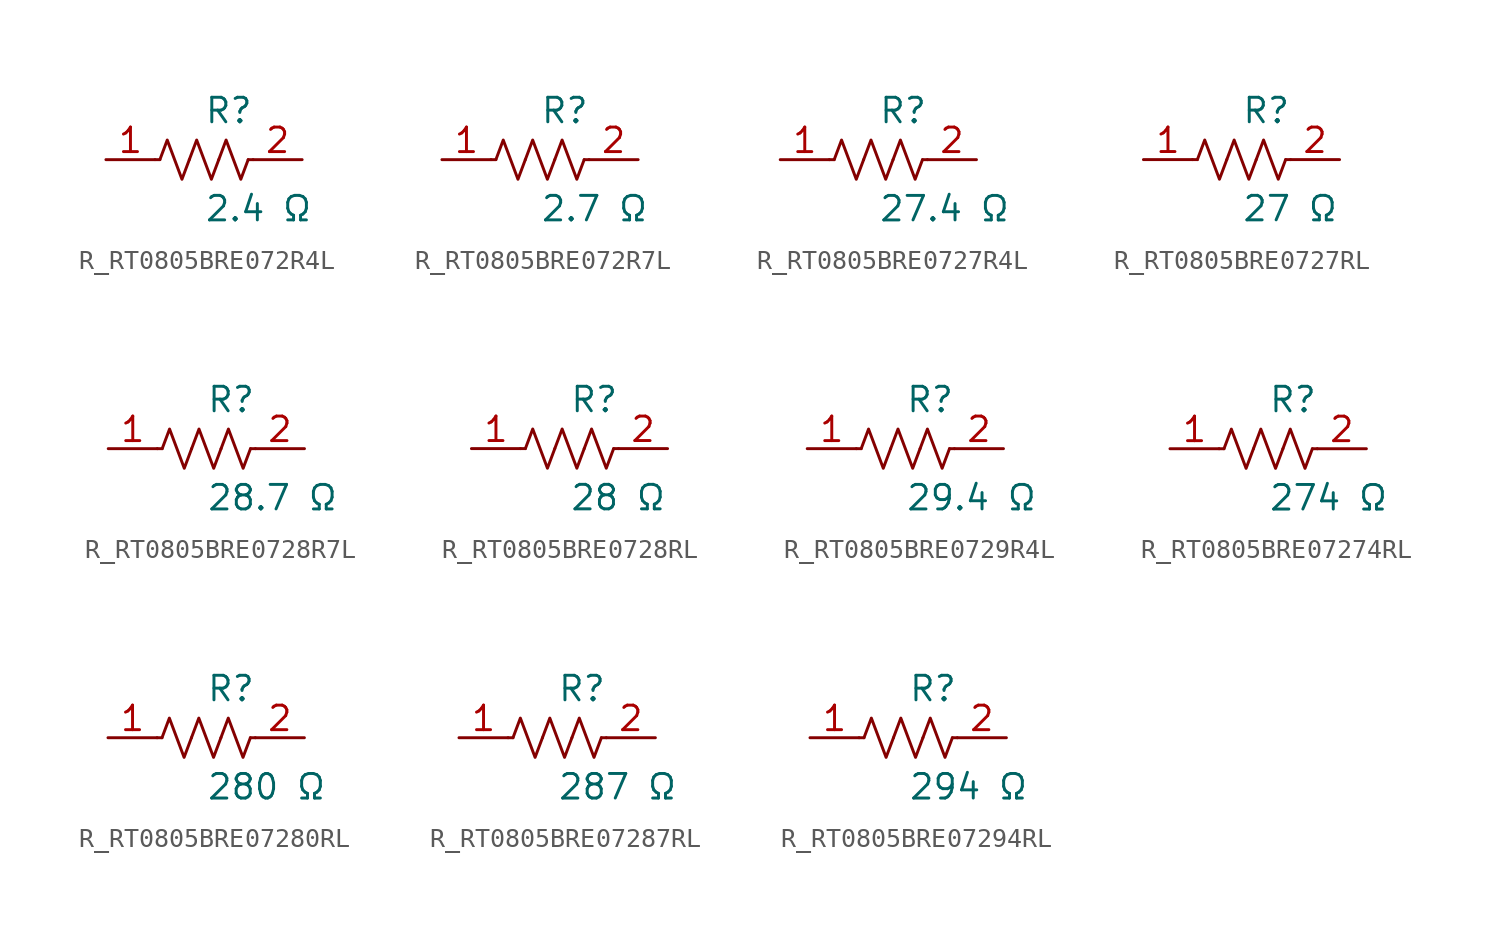
<source format=kicad_sym>
(kicad_symbol_lib
  (version 20231120)
  (generator kicad_symbol_editor)
  (generator_version 8.0)
  (symbol "R_RT0805BRE072R4L"
    (pin_names
      (offset 0.254))
    (property "Reference" "R"
      (at 0.0 2.54 0)
      (effects (font (size 1.27 1.27)) (justify left)))
    (property "Value" "2.4 Ω"
      (at 0.0 -2.54 0)
      (effects (font (size 1.27 1.27)) (justify left)))
    (symbol "R_RT0805BRE072R4L_0_1"
      (polyline (pts (xy 2.286 0) (xy 2.54 0)) (stroke (width 0) (type default)) (fill (type none)))
      (polyline (pts (xy -2.286 0) (xy -2.54 0)) (stroke (width 0) (type default)) (fill (type none)))
      (polyline (pts (xy 0.762 0) (xy 1.143 1.016) (xy 1.524 0) (xy 1.905 -1.016) (xy 2.286 0)) (stroke (width 0) (type default)) (fill (type none)))
      (polyline (pts (xy -0.762 0) (xy -0.381 1.016) (xy 0 0) (xy 0.381 -1.016) (xy 0.762 0)) (stroke (width 0) (type default)) (fill (type none)))
      (polyline (pts (xy -2.286 0) (xy -1.905 1.016) (xy -1.524 0) (xy -1.143 -1.016) (xy -0.762 0)) (stroke (width 0) (type default)) (fill (type none))))
    (pin unspecified line
      (at -5.08 0 0)
      (length 2.54)
      (name "" (effects (font (size 1.27 1.27))))
      (number "1" (effects (font (size 1.27 1.27)))))
    (pin unspecified line
      (at 5.08 0 180)
      (length 2.54)
      (name "" (effects (font (size 1.27 1.27))))
      (number "2" (effects (font (size 1.27 1.27))))))
  (symbol "R_RT0805BRE072R7L"
    (pin_names
      (offset 0.254))
    (property "Reference" "R"
      (at 0.0 2.54 0)
      (effects (font (size 1.27 1.27)) (justify left)))
    (property "Value" "2.7 Ω"
      (at 0.0 -2.54 0)
      (effects (font (size 1.27 1.27)) (justify left)))
    (symbol "R_RT0805BRE072R7L_0_1"
      (polyline (pts (xy 2.286 0) (xy 2.54 0)) (stroke (width 0) (type default)) (fill (type none)))
      (polyline (pts (xy -2.286 0) (xy -2.54 0)) (stroke (width 0) (type default)) (fill (type none)))
      (polyline (pts (xy 0.762 0) (xy 1.143 1.016) (xy 1.524 0) (xy 1.905 -1.016) (xy 2.286 0)) (stroke (width 0) (type default)) (fill (type none)))
      (polyline (pts (xy -0.762 0) (xy -0.381 1.016) (xy 0 0) (xy 0.381 -1.016) (xy 0.762 0)) (stroke (width 0) (type default)) (fill (type none)))
      (polyline (pts (xy -2.286 0) (xy -1.905 1.016) (xy -1.524 0) (xy -1.143 -1.016) (xy -0.762 0)) (stroke (width 0) (type default)) (fill (type none))))
    (pin unspecified line
      (at -5.08 0 0)
      (length 2.54)
      (name "" (effects (font (size 1.27 1.27))))
      (number "1" (effects (font (size 1.27 1.27)))))
    (pin unspecified line
      (at 5.08 0 180)
      (length 2.54)
      (name "" (effects (font (size 1.27 1.27))))
      (number "2" (effects (font (size 1.27 1.27))))))
  (symbol "R_RT0805BRE0727R4L"
    (pin_names
      (offset 0.254))
    (property "Reference" "R"
      (at 0.0 2.54 0)
      (effects (font (size 1.27 1.27)) (justify left)))
    (property "Value" "27.4 Ω"
      (at 0.0 -2.54 0)
      (effects (font (size 1.27 1.27)) (justify left)))
    (symbol "R_RT0805BRE0727R4L_0_1"
      (polyline (pts (xy 2.286 0) (xy 2.54 0)) (stroke (width 0) (type default)) (fill (type none)))
      (polyline (pts (xy -2.286 0) (xy -2.54 0)) (stroke (width 0) (type default)) (fill (type none)))
      (polyline (pts (xy 0.762 0) (xy 1.143 1.016) (xy 1.524 0) (xy 1.905 -1.016) (xy 2.286 0)) (stroke (width 0) (type default)) (fill (type none)))
      (polyline (pts (xy -0.762 0) (xy -0.381 1.016) (xy 0 0) (xy 0.381 -1.016) (xy 0.762 0)) (stroke (width 0) (type default)) (fill (type none)))
      (polyline (pts (xy -2.286 0) (xy -1.905 1.016) (xy -1.524 0) (xy -1.143 -1.016) (xy -0.762 0)) (stroke (width 0) (type default)) (fill (type none))))
    (pin unspecified line
      (at -5.08 0 0)
      (length 2.54)
      (name "" (effects (font (size 1.27 1.27))))
      (number "1" (effects (font (size 1.27 1.27)))))
    (pin unspecified line
      (at 5.08 0 180)
      (length 2.54)
      (name "" (effects (font (size 1.27 1.27))))
      (number "2" (effects (font (size 1.27 1.27))))))
  (symbol "R_RT0805BRE0727RL"
    (pin_names
      (offset 0.254))
    (property "Reference" "R"
      (at 0.0 2.54 0)
      (effects (font (size 1.27 1.27)) (justify left)))
    (property "Value" "27 Ω"
      (at 0.0 -2.54 0)
      (effects (font (size 1.27 1.27)) (justify left)))
    (symbol "R_RT0805BRE0727RL_0_1"
      (polyline (pts (xy 2.286 0) (xy 2.54 0)) (stroke (width 0) (type default)) (fill (type none)))
      (polyline (pts (xy -2.286 0) (xy -2.54 0)) (stroke (width 0) (type default)) (fill (type none)))
      (polyline (pts (xy 0.762 0) (xy 1.143 1.016) (xy 1.524 0) (xy 1.905 -1.016) (xy 2.286 0)) (stroke (width 0) (type default)) (fill (type none)))
      (polyline (pts (xy -0.762 0) (xy -0.381 1.016) (xy 0 0) (xy 0.381 -1.016) (xy 0.762 0)) (stroke (width 0) (type default)) (fill (type none)))
      (polyline (pts (xy -2.286 0) (xy -1.905 1.016) (xy -1.524 0) (xy -1.143 -1.016) (xy -0.762 0)) (stroke (width 0) (type default)) (fill (type none))))
    (pin unspecified line
      (at -5.08 0 0)
      (length 2.54)
      (name "" (effects (font (size 1.27 1.27))))
      (number "1" (effects (font (size 1.27 1.27)))))
    (pin unspecified line
      (at 5.08 0 180)
      (length 2.54)
      (name "" (effects (font (size 1.27 1.27))))
      (number "2" (effects (font (size 1.27 1.27))))))
  (symbol "R_RT0805BRE0728R7L"
    (pin_names
      (offset 0.254))
    (property "Reference" "R"
      (at 0.0 2.54 0)
      (effects (font (size 1.27 1.27)) (justify left)))
    (property "Value" "28.7 Ω"
      (at 0.0 -2.54 0)
      (effects (font (size 1.27 1.27)) (justify left)))
    (symbol "R_RT0805BRE0728R7L_0_1"
      (polyline (pts (xy 2.286 0) (xy 2.54 0)) (stroke (width 0) (type default)) (fill (type none)))
      (polyline (pts (xy -2.286 0) (xy -2.54 0)) (stroke (width 0) (type default)) (fill (type none)))
      (polyline (pts (xy 0.762 0) (xy 1.143 1.016) (xy 1.524 0) (xy 1.905 -1.016) (xy 2.286 0)) (stroke (width 0) (type default)) (fill (type none)))
      (polyline (pts (xy -0.762 0) (xy -0.381 1.016) (xy 0 0) (xy 0.381 -1.016) (xy 0.762 0)) (stroke (width 0) (type default)) (fill (type none)))
      (polyline (pts (xy -2.286 0) (xy -1.905 1.016) (xy -1.524 0) (xy -1.143 -1.016) (xy -0.762 0)) (stroke (width 0) (type default)) (fill (type none))))
    (pin unspecified line
      (at -5.08 0 0)
      (length 2.54)
      (name "" (effects (font (size 1.27 1.27))))
      (number "1" (effects (font (size 1.27 1.27)))))
    (pin unspecified line
      (at 5.08 0 180)
      (length 2.54)
      (name "" (effects (font (size 1.27 1.27))))
      (number "2" (effects (font (size 1.27 1.27))))))
  (symbol "R_RT0805BRE0728RL"
    (pin_names
      (offset 0.254))
    (property "Reference" "R"
      (at 0.0 2.54 0)
      (effects (font (size 1.27 1.27)) (justify left)))
    (property "Value" "28 Ω"
      (at 0.0 -2.54 0)
      (effects (font (size 1.27 1.27)) (justify left)))
    (symbol "R_RT0805BRE0728RL_0_1"
      (polyline (pts (xy 2.286 0) (xy 2.54 0)) (stroke (width 0) (type default)) (fill (type none)))
      (polyline (pts (xy -2.286 0) (xy -2.54 0)) (stroke (width 0) (type default)) (fill (type none)))
      (polyline (pts (xy 0.762 0) (xy 1.143 1.016) (xy 1.524 0) (xy 1.905 -1.016) (xy 2.286 0)) (stroke (width 0) (type default)) (fill (type none)))
      (polyline (pts (xy -0.762 0) (xy -0.381 1.016) (xy 0 0) (xy 0.381 -1.016) (xy 0.762 0)) (stroke (width 0) (type default)) (fill (type none)))
      (polyline (pts (xy -2.286 0) (xy -1.905 1.016) (xy -1.524 0) (xy -1.143 -1.016) (xy -0.762 0)) (stroke (width 0) (type default)) (fill (type none))))
    (pin unspecified line
      (at -5.08 0 0)
      (length 2.54)
      (name "" (effects (font (size 1.27 1.27))))
      (number "1" (effects (font (size 1.27 1.27)))))
    (pin unspecified line
      (at 5.08 0 180)
      (length 2.54)
      (name "" (effects (font (size 1.27 1.27))))
      (number "2" (effects (font (size 1.27 1.27))))))
  (symbol "R_RT0805BRE0729R4L"
    (pin_names
      (offset 0.254))
    (property "Reference" "R"
      (at 0.0 2.54 0)
      (effects (font (size 1.27 1.27)) (justify left)))
    (property "Value" "29.4 Ω"
      (at 0.0 -2.54 0)
      (effects (font (size 1.27 1.27)) (justify left)))
    (symbol "R_RT0805BRE0729R4L_0_1"
      (polyline (pts (xy 2.286 0) (xy 2.54 0)) (stroke (width 0) (type default)) (fill (type none)))
      (polyline (pts (xy -2.286 0) (xy -2.54 0)) (stroke (width 0) (type default)) (fill (type none)))
      (polyline (pts (xy 0.762 0) (xy 1.143 1.016) (xy 1.524 0) (xy 1.905 -1.016) (xy 2.286 0)) (stroke (width 0) (type default)) (fill (type none)))
      (polyline (pts (xy -0.762 0) (xy -0.381 1.016) (xy 0 0) (xy 0.381 -1.016) (xy 0.762 0)) (stroke (width 0) (type default)) (fill (type none)))
      (polyline (pts (xy -2.286 0) (xy -1.905 1.016) (xy -1.524 0) (xy -1.143 -1.016) (xy -0.762 0)) (stroke (width 0) (type default)) (fill (type none))))
    (pin unspecified line
      (at -5.08 0 0)
      (length 2.54)
      (name "" (effects (font (size 1.27 1.27))))
      (number "1" (effects (font (size 1.27 1.27)))))
    (pin unspecified line
      (at 5.08 0 180)
      (length 2.54)
      (name "" (effects (font (size 1.27 1.27))))
      (number "2" (effects (font (size 1.27 1.27))))))
  (symbol "R_RT0805BRE07274RL"
    (pin_names
      (offset 0.254))
    (property "Reference" "R"
      (at 0.0 2.54 0)
      (effects (font (size 1.27 1.27)) (justify left)))
    (property "Value" "274 Ω"
      (at 0.0 -2.54 0)
      (effects (font (size 1.27 1.27)) (justify left)))
    (symbol "R_RT0805BRE07274RL_0_1"
      (polyline (pts (xy 2.286 0) (xy 2.54 0)) (stroke (width 0) (type default)) (fill (type none)))
      (polyline (pts (xy -2.286 0) (xy -2.54 0)) (stroke (width 0) (type default)) (fill (type none)))
      (polyline (pts (xy 0.762 0) (xy 1.143 1.016) (xy 1.524 0) (xy 1.905 -1.016) (xy 2.286 0)) (stroke (width 0) (type default)) (fill (type none)))
      (polyline (pts (xy -0.762 0) (xy -0.381 1.016) (xy 0 0) (xy 0.381 -1.016) (xy 0.762 0)) (stroke (width 0) (type default)) (fill (type none)))
      (polyline (pts (xy -2.286 0) (xy -1.905 1.016) (xy -1.524 0) (xy -1.143 -1.016) (xy -0.762 0)) (stroke (width 0) (type default)) (fill (type none))))
    (pin unspecified line
      (at -5.08 0 0)
      (length 2.54)
      (name "" (effects (font (size 1.27 1.27))))
      (number "1" (effects (font (size 1.27 1.27)))))
    (pin unspecified line
      (at 5.08 0 180)
      (length 2.54)
      (name "" (effects (font (size 1.27 1.27))))
      (number "2" (effects (font (size 1.27 1.27))))))
  (symbol "R_RT0805BRE07280RL"
    (pin_names
      (offset 0.254))
    (property "Reference" "R"
      (at 0.0 2.54 0)
      (effects (font (size 1.27 1.27)) (justify left)))
    (property "Value" "280 Ω"
      (at 0.0 -2.54 0)
      (effects (font (size 1.27 1.27)) (justify left)))
    (symbol "R_RT0805BRE07280RL_0_1"
      (polyline (pts (xy 2.286 0) (xy 2.54 0)) (stroke (width 0) (type default)) (fill (type none)))
      (polyline (pts (xy -2.286 0) (xy -2.54 0)) (stroke (width 0) (type default)) (fill (type none)))
      (polyline (pts (xy 0.762 0) (xy 1.143 1.016) (xy 1.524 0) (xy 1.905 -1.016) (xy 2.286 0)) (stroke (width 0) (type default)) (fill (type none)))
      (polyline (pts (xy -0.762 0) (xy -0.381 1.016) (xy 0 0) (xy 0.381 -1.016) (xy 0.762 0)) (stroke (width 0) (type default)) (fill (type none)))
      (polyline (pts (xy -2.286 0) (xy -1.905 1.016) (xy -1.524 0) (xy -1.143 -1.016) (xy -0.762 0)) (stroke (width 0) (type default)) (fill (type none))))
    (pin unspecified line
      (at -5.08 0 0)
      (length 2.54)
      (name "" (effects (font (size 1.27 1.27))))
      (number "1" (effects (font (size 1.27 1.27)))))
    (pin unspecified line
      (at 5.08 0 180)
      (length 2.54)
      (name "" (effects (font (size 1.27 1.27))))
      (number "2" (effects (font (size 1.27 1.27))))))
  (symbol "R_RT0805BRE07287RL"
    (pin_names
      (offset 0.254))
    (property "Reference" "R"
      (at 0.0 2.54 0)
      (effects (font (size 1.27 1.27)) (justify left)))
    (property "Value" "287 Ω"
      (at 0.0 -2.54 0)
      (effects (font (size 1.27 1.27)) (justify left)))
    (symbol "R_RT0805BRE07287RL_0_1"
      (polyline (pts (xy 2.286 0) (xy 2.54 0)) (stroke (width 0) (type default)) (fill (type none)))
      (polyline (pts (xy -2.286 0) (xy -2.54 0)) (stroke (width 0) (type default)) (fill (type none)))
      (polyline (pts (xy 0.762 0) (xy 1.143 1.016) (xy 1.524 0) (xy 1.905 -1.016) (xy 2.286 0)) (stroke (width 0) (type default)) (fill (type none)))
      (polyline (pts (xy -0.762 0) (xy -0.381 1.016) (xy 0 0) (xy 0.381 -1.016) (xy 0.762 0)) (stroke (width 0) (type default)) (fill (type none)))
      (polyline (pts (xy -2.286 0) (xy -1.905 1.016) (xy -1.524 0) (xy -1.143 -1.016) (xy -0.762 0)) (stroke (width 0) (type default)) (fill (type none))))
    (pin unspecified line
      (at -5.08 0 0)
      (length 2.54)
      (name "" (effects (font (size 1.27 1.27))))
      (number "1" (effects (font (size 1.27 1.27)))))
    (pin unspecified line
      (at 5.08 0 180)
      (length 2.54)
      (name "" (effects (font (size 1.27 1.27))))
      (number "2" (effects (font (size 1.27 1.27))))))
  (symbol "R_RT0805BRE07294RL"
    (pin_names
      (offset 0.254))
    (property "Reference" "R"
      (at 0.0 2.54 0)
      (effects (font (size 1.27 1.27)) (justify left)))
    (property "Value" "294 Ω"
      (at 0.0 -2.54 0)
      (effects (font (size 1.27 1.27)) (justify left)))
    (symbol "R_RT0805BRE07294RL_0_1"
      (polyline (pts (xy 2.286 0) (xy 2.54 0)) (stroke (width 0) (type default)) (fill (type none)))
      (polyline (pts (xy -2.286 0) (xy -2.54 0)) (stroke (width 0) (type default)) (fill (type none)))
      (polyline (pts (xy 0.762 0) (xy 1.143 1.016) (xy 1.524 0) (xy 1.905 -1.016) (xy 2.286 0)) (stroke (width 0) (type default)) (fill (type none)))
      (polyline (pts (xy -0.762 0) (xy -0.381 1.016) (xy 0 0) (xy 0.381 -1.016) (xy 0.762 0)) (stroke (width 0) (type default)) (fill (type none)))
      (polyline (pts (xy -2.286 0) (xy -1.905 1.016) (xy -1.524 0) (xy -1.143 -1.016) (xy -0.762 0)) (stroke (width 0) (type default)) (fill (type none))))
    (pin unspecified line
      (at -5.08 0 0)
      (length 2.54)
      (name "" (effects (font (size 1.27 1.27))))
      (number "1" (effects (font (size 1.27 1.27)))))
    (pin unspecified line
      (at 5.08 0 180)
      (length 2.54)
      (name "" (effects (font (size 1.27 1.27))))
      (number "2" (effects (font (size 1.27 1.27)))))))
</source>
